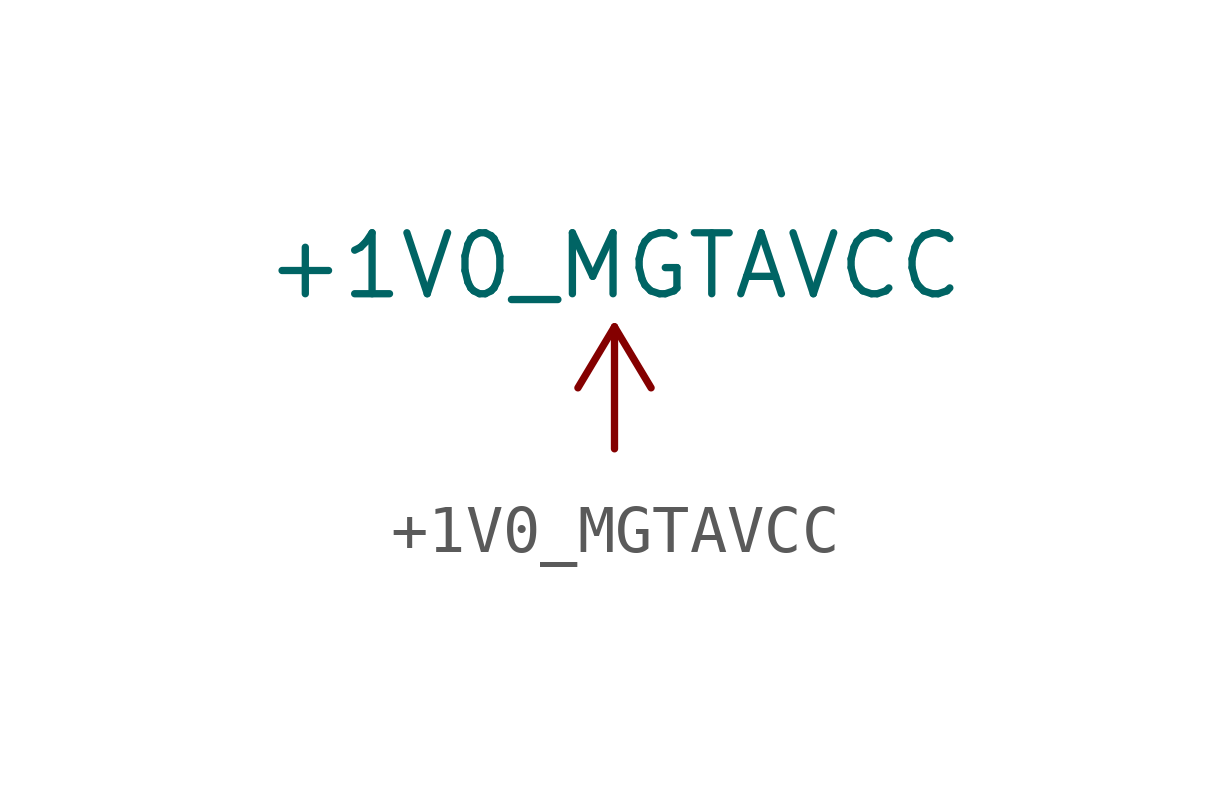
<source format=kicad_sym>
(kicad_symbol_lib
  (version 20220914)
  (generator kicad_symbol_editor)
  (symbol "+1V0_MGTAVCC"
    (power)
    (pin_names
      (offset 0))
    (property "Reference" "#PWR038"
      (at 0 -3.81 0)
      (effects (font (size 1.27 1.27)) hide))
    (property "Value" "+1V0_MGTAVCC"
      (at 0 3.81 0)
      (effects (font (size 1.27 1.27))))
    (symbol "+1V0_MGTAVCC_0_1"
      (polyline (pts (xy -0.762 1.27) (xy 0 2.54)) (stroke (width 0) (type default)) (fill (type none)))
      (polyline (pts (xy 0 0) (xy 0 2.54)) (stroke (width 0) (type default)) (fill (type none)))
      (polyline (pts (xy 0 2.54) (xy 0.762 1.27)) (stroke (width 0) (type default)) (fill (type none))))
    (symbol "+1V0_MGTAVCC_1_1"
      (pin power_in line (at 0 0 90) (length 0) hide (name "+1V0" (effects (font (size 1.27 1.27)))) (number "1" (effects (font (size 1.27 1.27))))))))
</source>
